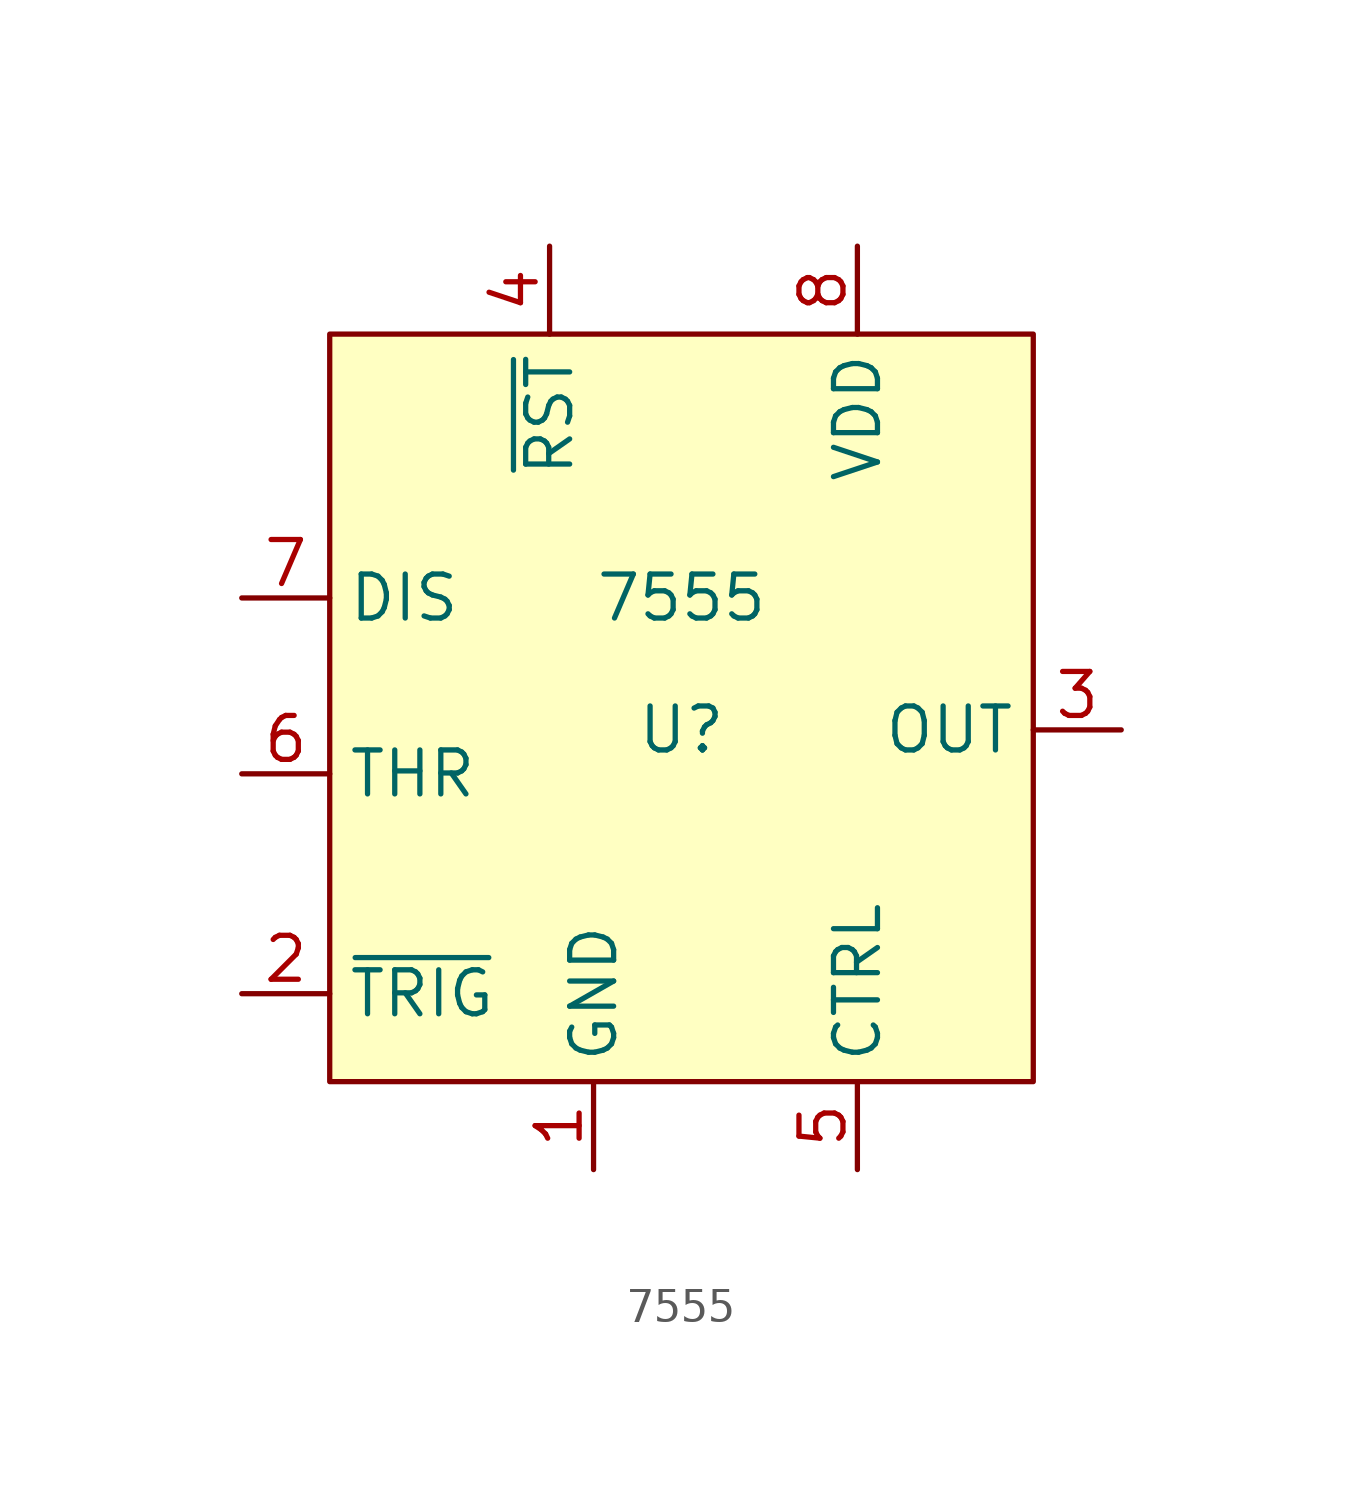
<source format=kicad_sym>
(kicad_symbol_lib
  (version 20211014)
  (generator kicad_symbol_editor)
  (symbol "7555"
    (property "Reference" "U"
      (at 0 1.27 0)
      (effects (font (size 1.27 1.27))))
    (property "Value" "7555"
      (at 0 5.08 0)
      (effects (font (size 1.27 1.27))))
    (symbol "7555_0_1"
      (rectangle (start -10.16 12.7) (end 10.16 -8.89) (stroke (width 0) (type default) (color 0 0 0 0)) (fill (type background))))
    (symbol "7555_1_1"
      (pin power_in line (at -2.54 -11.43 90) (length 2.54) (name "GND" (effects (font (size 1.27 1.27)))) (number "1" (effects (font (size 1.27 1.27)))))
      (pin input line (at -12.7 -6.35 0) (length 2.54) (name "~{TRIG}" (effects (font (size 1.27 1.27)))) (number "2" (effects (font (size 1.27 1.27)))))
      (pin output line (at 12.7 1.27 180) (length 2.54) (name "OUT" (effects (font (size 1.27 1.27)))) (number "3" (effects (font (size 1.27 1.27)))))
      (pin input line (at -3.81 15.24 270) (length 2.54) (name "~{RST}" (effects (font (size 1.27 1.27)))) (number "4" (effects (font (size 1.27 1.27)))))
      (pin input line (at 5.08 -11.43 90) (length 2.54) (name "CTRL" (effects (font (size 1.27 1.27)))) (number "5" (effects (font (size 1.27 1.27)))))
      (pin input line (at -12.7 0 0) (length 2.54) (name "THR" (effects (font (size 1.27 1.27)))) (number "6" (effects (font (size 1.27 1.27)))))
      (pin input line (at -12.7 5.08 0) (length 2.54) (name "DIS" (effects (font (size 1.27 1.27)))) (number "7" (effects (font (size 1.27 1.27)))))
      (pin power_in line (at 5.08 15.24 270) (length 2.54) (name "VDD" (effects (font (size 1.27 1.27)))) (number "8" (effects (font (size 1.27 1.27))))))))
</source>
